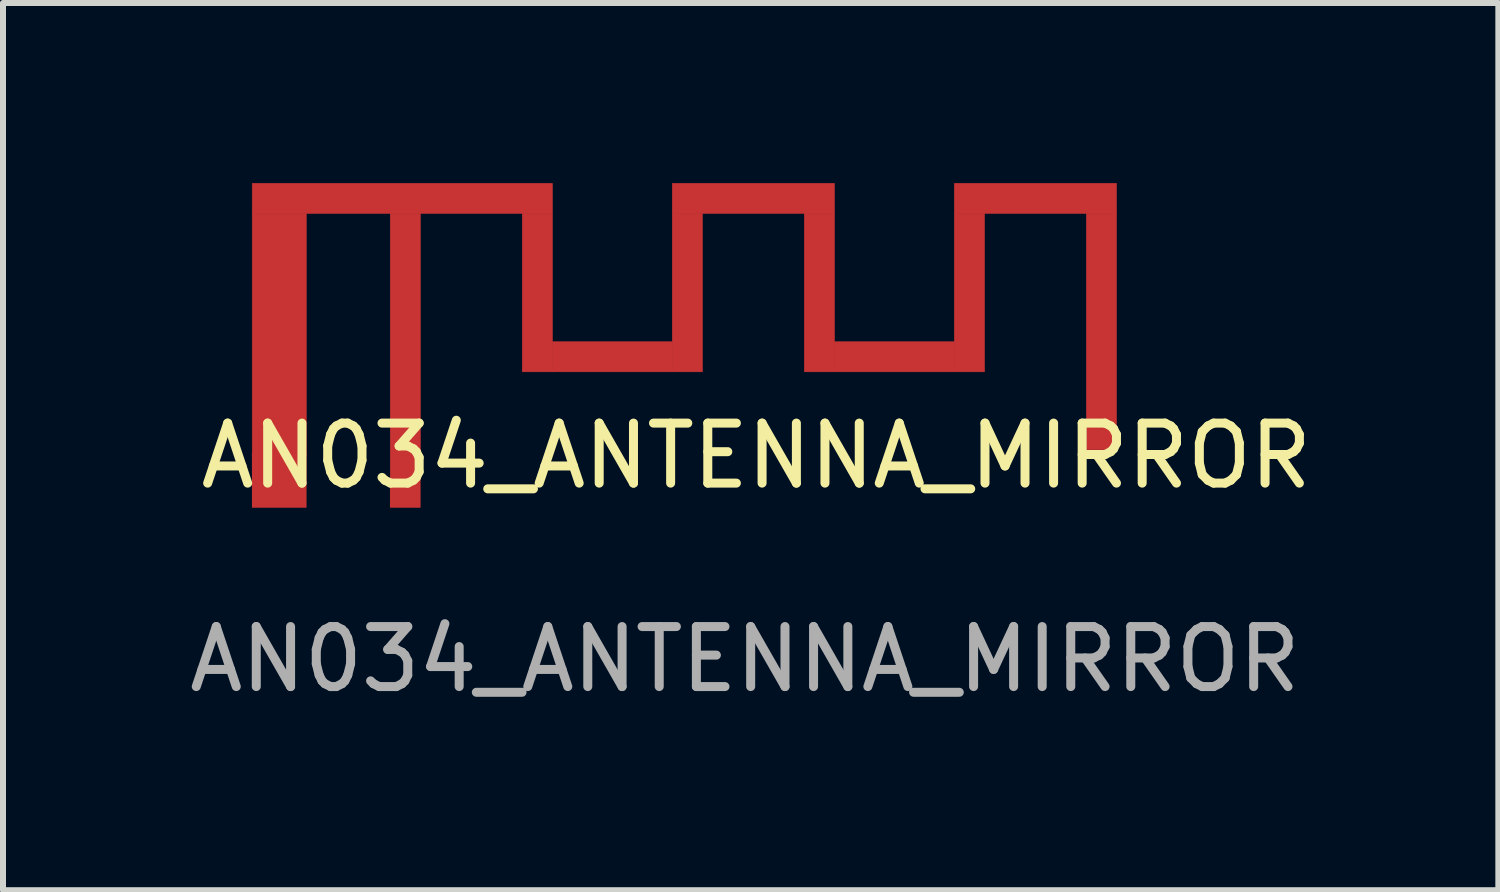
<source format=kicad_pcb>
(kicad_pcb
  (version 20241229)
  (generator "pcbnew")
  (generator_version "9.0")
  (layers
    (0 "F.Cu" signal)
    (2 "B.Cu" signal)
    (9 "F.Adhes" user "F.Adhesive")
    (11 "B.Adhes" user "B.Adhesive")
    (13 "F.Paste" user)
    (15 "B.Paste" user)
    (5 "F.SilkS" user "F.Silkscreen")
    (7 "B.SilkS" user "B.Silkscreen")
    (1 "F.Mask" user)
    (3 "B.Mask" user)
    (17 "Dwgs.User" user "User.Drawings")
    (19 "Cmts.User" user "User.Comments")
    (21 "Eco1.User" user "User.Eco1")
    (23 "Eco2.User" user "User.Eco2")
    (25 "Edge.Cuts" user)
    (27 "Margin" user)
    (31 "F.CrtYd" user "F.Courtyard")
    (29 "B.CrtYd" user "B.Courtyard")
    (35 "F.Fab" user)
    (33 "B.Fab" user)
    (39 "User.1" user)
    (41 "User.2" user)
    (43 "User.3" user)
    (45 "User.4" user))
  (footprint "AN034_ANTENNA_MIRROR"
    (layer "F.Cu")
    (at 7.953 5.365)
    (property "Reference" "AN034_ANTENNA_MIRROR" (at 1.6 -0.82 0) (unlocked yes) (layer "F.SilkS") (effects (font (size 1 1) (thickness 0.15))))
    (attr smd)
    (fp_rect (start -6.8 -4.86) (end -1.8 -5.36) (stroke (width 0.01) (type solid)) (fill yes) (layer "F.Cu"))
    (fp_rect (start -6.8 -0.83) (end -5.9 -4.86) (stroke (width 0.01) (type solid)) (fill yes) (layer "F.Cu"))
    (fp_rect (start -4.5 -4.86) (end -4 -0.44) (stroke (width 0.01) (type solid)) (fill yes) (layer "F.Cu"))
    (fp_rect (start -1.8 -4.86) (end -2.3 -2.22) (stroke (width 0.01) (type solid)) (fill yes) (layer "F.Cu"))
    (fp_rect (start -1.8 -2.22) (end 0.2 -2.72) (stroke (width 0.01) (type solid)) (fill yes) (layer "F.Cu"))
    (fp_rect (start 0.2 -4.86) (end 2.9 -5.36) (stroke (width 0.01) (type solid)) (fill yes) (layer "F.Cu"))
    (fp_rect (start 0.7 -4.86) (end 0.2 -2.22) (stroke (width 0.01) (type solid)) (fill yes) (layer "F.Cu"))
    (fp_rect (start 2.9 -4.86) (end 2.4 -2.22) (stroke (width 0.01) (type solid)) (fill yes) (layer "F.Cu"))
    (fp_rect (start 2.9 -2.22) (end 4.9 -2.72) (stroke (width 0.01) (type solid)) (fill yes) (layer "F.Cu"))
    (fp_rect (start 4.9 -4.86) (end 7.6 -5.36) (stroke (width 0.01) (type solid)) (fill yes) (layer "F.Cu"))
    (fp_rect (start 5.4 -4.86) (end 4.9 -2.22) (stroke (width 0.01) (type solid)) (fill yes) (layer "F.Cu"))
    (fp_rect (start 7.6 -4.86) (end 7.1 -0.92) (stroke (width 0.01) (type solid)) (fill yes) (layer "F.Cu"))
    (fp_text user "${REFERENCE}" (at 1.41 2.57 0) (unlocked yes) (layer "F.Fab") (effects (font (size 1 1) (thickness 0.15))))
    (pad "1" smd roundrect (at -6.35 -0.41) (size 0.91 0.91) (layers "F.Cu" "F.Mask" "F.Paste") (roundrect_rratio 0.011))
    (pad "2" smd roundrect (at -4.25 -0.21) (size 0.51 0.51) (layers "F.Cu" "F.Mask" "F.Paste") (roundrect_rratio 0.02)))
  (gr_rect
    (start -3 -3)
    (end 21.916 11.783)
    (stroke (width 0.1) (type default))
    (fill no)
    (layer "Edge.Cuts")))
</source>
